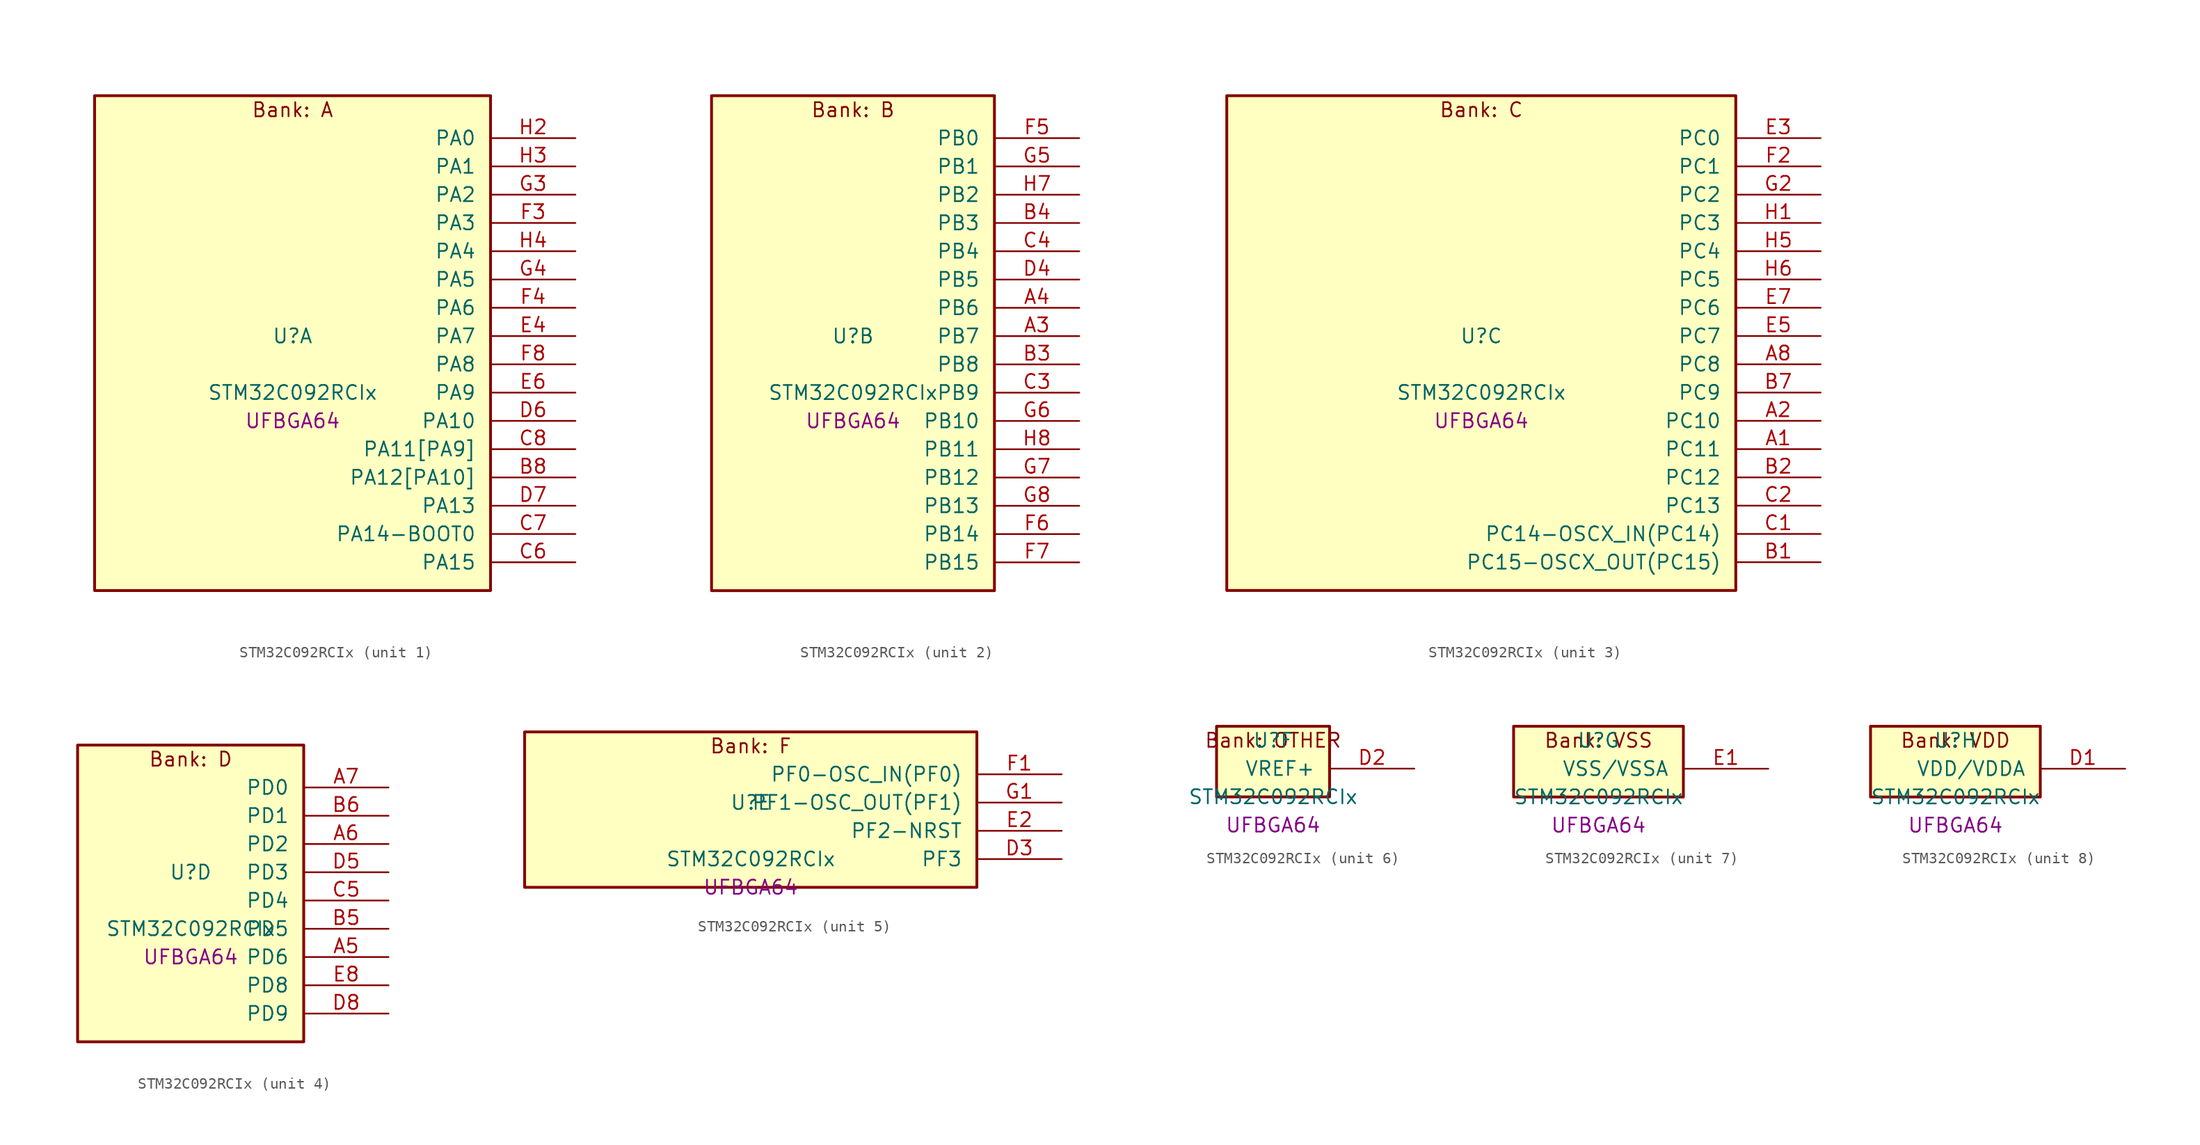
<source format=kicad_sym>
(kicad_symbol_lib
  (version 20241209)
  (generator "stm32_pkl_generator")
  (generator_version "1.0")
  (symbol "STM32C092RCIx"
    (pin_names
      (offset 1.27))
    (property "Reference" "U"
      (at 0 2.54 0))
    (property "Value" "STM32C092RCIx"
      (at 0 -2.54 0))
    (property "Footprint" "UFBGA64"
      (at 0 -5.08 0))
    (symbol "STM32C092RCIx_1_1"
      (rectangle (start -17.78 24.13) (end 17.78 -20.32) (stroke (width 0.254) (type solid)) (fill (type background)))
      (text "Bank: A" (at 0 22.86 0))
      (pin bidirectional line (at 25.4 20.32 180) (length 7.62) (name "PA0") (number "H2") (alternate "PA0/ADC1_IN0" bidirectional line) (alternate "PA0/PWR_WKUP1" bidirectional line) (alternate "PA0/SPI2_SCK" bidirectional line) (alternate "PA0/TIM16_CH1" bidirectional line) (alternate "PA0/TIM1_CH1" bidirectional line) (alternate "PA0/TIM2_CH1" bidirectional line) (alternate "PA0/TIM2_ETR" bidirectional line) (alternate "PA0/USART1_TX" bidirectional line) (alternate "PA0/USART2_CTS" bidirectional line) (alternate "PA0/USART2_NSS" bidirectional line) (alternate "PA0/USART4_TX" bidirectional line))
      (pin bidirectional line (at 25.4 17.78 180) (length 7.62) (name "PA1") (number "H3") (alternate "PA1/ADC1_IN1" bidirectional line) (alternate "PA1/I2C1_SMBA" bidirectional line) (alternate "PA1/I2S1_CK" bidirectional line) (alternate "PA1/SPI1_SCK" bidirectional line) (alternate "PA1/TIM15_CH1N" bidirectional line) (alternate "PA1/TIM17_CH1" bidirectional line) (alternate "PA1/TIM1_CH2" bidirectional line) (alternate "PA1/TIM2_CH2" bidirectional line) (alternate "PA1/USART1_RX" bidirectional line) (alternate "PA1/USART2_CK" bidirectional line) (alternate "PA1/USART2_DE" bidirectional line) (alternate "PA1/USART2_RTS" bidirectional line) (alternate "PA1/USART4_RX" bidirectional line))
      (pin bidirectional line (at 25.4 15.24 180) (length 7.62) (name "PA2") (number "G3") (alternate "PA2/ADC1_IN2" bidirectional line) (alternate "PA2/I2S1_SD" bidirectional line) (alternate "PA2/PWR_WKUP4" bidirectional line) (alternate "PA2/RCC_LSCO" bidirectional line) (alternate "PA2/SPI1_MOSI" bidirectional line) (alternate "PA2/TIM15_CH1" bidirectional line) (alternate "PA2/TIM16_CH1N" bidirectional line) (alternate "PA2/TIM1_CH3" bidirectional line) (alternate "PA2/TIM2_CH3" bidirectional line) (alternate "PA2/TIM3_ETR" bidirectional line) (alternate "PA2/USART2_TX" bidirectional line))
      (pin bidirectional line (at 25.4 12.7 180) (length 7.62) (name "PA3") (number "F3") (alternate "PA3/ADC1_IN3" bidirectional line) (alternate "PA3/SPI2_MISO" bidirectional line) (alternate "PA3/TIM15_CH2" bidirectional line) (alternate "PA3/TIM1_CH1N" bidirectional line) (alternate "PA3/TIM1_CH4" bidirectional line) (alternate "PA3/TIM2_CH4" bidirectional line) (alternate "PA3/USART2_RX" bidirectional line))
      (pin bidirectional line (at 25.4 10.16 180) (length 7.62) (name "PA4") (number "H4") (alternate "PA4/ADC1_IN4" bidirectional line) (alternate "PA4/I2S1_WS" bidirectional line) (alternate "PA4/RTC_OUT2" bidirectional line) (alternate "PA4/SPI1_NSS" bidirectional line) (alternate "PA4/SPI2_MOSI" bidirectional line) (alternate "PA4/TIM14_CH1" bidirectional line) (alternate "PA4/TIM17_CH1N" bidirectional line) (alternate "PA4/TIM1_CH2N" bidirectional line) (alternate "PA4/USART2_TX" bidirectional line))
      (pin bidirectional line (at 25.4 7.62 180) (length 7.62) (name "PA5") (number "G4") (alternate "PA5/ADC1_IN5" bidirectional line) (alternate "PA5/I2S1_CK" bidirectional line) (alternate "PA5/SPI1_SCK" bidirectional line) (alternate "PA5/TIM1_CH1" bidirectional line) (alternate "PA5/TIM1_CH3N" bidirectional line) (alternate "PA5/TIM2_CH1" bidirectional line) (alternate "PA5/TIM2_ETR" bidirectional line) (alternate "PA5/USART2_RX" bidirectional line) (alternate "PA5/USART3_TX" bidirectional line))
      (pin bidirectional line (at 25.4 5.08 180) (length 7.62) (name "PA6") (number "F4") (alternate "PA6/ADC1_IN6" bidirectional line) (alternate "PA6/I2C2_SDA" bidirectional line) (alternate "PA6/I2S1_MCK" bidirectional line) (alternate "PA6/SPI1_MISO" bidirectional line) (alternate "PA6/TIM16_CH1" bidirectional line) (alternate "PA6/TIM1_BKIN" bidirectional line) (alternate "PA6/TIM3_CH1" bidirectional line) (alternate "PA6/USART3_CTS" bidirectional line) (alternate "PA6/USART3_NSS" bidirectional line))
      (pin bidirectional line (at 25.4 2.54 180) (length 7.62) (name "PA7") (number "E4") (alternate "PA7/ADC1_IN7" bidirectional line) (alternate "PA7/I2C2_SCL" bidirectional line) (alternate "PA7/I2S1_SD" bidirectional line) (alternate "PA7/SPI1_MOSI" bidirectional line) (alternate "PA7/TIM14_CH1" bidirectional line) (alternate "PA7/TIM17_CH1" bidirectional line) (alternate "PA7/TIM1_CH1N" bidirectional line) (alternate "PA7/TIM3_CH2" bidirectional line))
      (pin bidirectional line (at 25.4 0 180) (length 7.62) (name "PA8") (number "F8") (alternate "PA8/ADC1_IN8" bidirectional line) (alternate "PA8/I2S1_WS" bidirectional line) (alternate "PA8/RCC_MCO" bidirectional line) (alternate "PA8/RCC_MCO_2" bidirectional line) (alternate "PA8/SPI1_NSS" bidirectional line) (alternate "PA8/SPI2_MISO" bidirectional line) (alternate "PA8/SPI2_NSS" bidirectional line) (alternate "PA8/TIM14_CH1" bidirectional line) (alternate "PA8/TIM1_CH1" bidirectional line) (alternate "PA8/TIM1_CH2N" bidirectional line) (alternate "PA8/TIM1_CH3N" bidirectional line) (alternate "PA8/TIM3_CH3" bidirectional line) (alternate "PA8/TIM3_CH4" bidirectional line) (alternate "PA8/USART1_RX" bidirectional line) (alternate "PA8/USART2_TX" bidirectional line))
      (pin bidirectional line (at 25.4 -2.54 180) (length 7.62) (name "PA9") (number "E6") (alternate "PA9/I2C1_SCL" bidirectional line) (alternate "PA9/I2C2_SCL" bidirectional line) (alternate "PA9/RCC_MCO" bidirectional line) (alternate "PA9/SPI2_MISO" bidirectional line) (alternate "PA9/TIM15_BKIN" bidirectional line) (alternate "PA9/TIM1_CH2" bidirectional line) (alternate "PA9/TIM3_ETR" bidirectional line) (alternate "PA9/USART1_TX" bidirectional line) (alternate "PA9/NC" bidirectional line))
      (pin bidirectional line (at 25.4 -5.08 180) (length 7.62) (name "PA10") (number "D6") (alternate "PA10/I2C1_SDA" bidirectional line) (alternate "PA10/I2C2_SDA" bidirectional line) (alternate "PA10/RCC_MCO_2" bidirectional line) (alternate "PA10/SPI2_MOSI" bidirectional line) (alternate "PA10/TIM17_BKIN" bidirectional line) (alternate "PA10/TIM1_CH3" bidirectional line) (alternate "PA10/USART1_RX" bidirectional line) (alternate "PA10/NC" bidirectional line))
      (pin bidirectional line (at 25.4 -7.62 180) (length 7.62) (name "PA11[PA9]") (number "C8") (alternate "PA11[PA9]/ADC1_EXTI11" bidirectional line) (alternate "PA11[PA9]/FDCAN1_RX" bidirectional line) (alternate "PA11[PA9]/I2C2_SCL" bidirectional line) (alternate "PA11[PA9]/I2S1_MCK" bidirectional line) (alternate "PA11[PA9]/SPI1_MISO" bidirectional line) (alternate "PA11[PA9]/TIM1_BKIN2" bidirectional line) (alternate "PA11[PA9]/TIM1_CH4" bidirectional line) (alternate "PA11[PA9]/USART1_CTS" bidirectional line) (alternate "PA11[PA9]/USART1_NSS" bidirectional line) (alternate "PA11[PA9]/PA9[PA11]" bidirectional line) (alternate "PA11[PA9]/I2C1_SCL" bidirectional line) (alternate "PA11[PA9]/RCC_MCO" bidirectional line) (alternate "PA11[PA9]/SPI2_MISO" bidirectional line) (alternate "PA11[PA9]/TIM15_BKIN" bidirectional line) (alternate "PA11[PA9]/TIM1_CH2" bidirectional line) (alternate "PA11[PA9]/TIM3_ETR" bidirectional line) (alternate "PA11[PA9]/USART1_TX" bidirectional line))
      (pin bidirectional line (at 25.4 -10.16 180) (length 7.62) (name "PA12[PA10]") (number "B8") (alternate "PA12[PA10]/FDCAN1_TX" bidirectional line) (alternate "PA12[PA10]/I2C2_SDA" bidirectional line) (alternate "PA12[PA10]/I2S1_SD" bidirectional line) (alternate "PA12[PA10]/I2S_CKIN" bidirectional line) (alternate "PA12[PA10]/SPI1_MOSI" bidirectional line) (alternate "PA12[PA10]/TIM1_ETR" bidirectional line) (alternate "PA12[PA10]/USART1_CK" bidirectional line) (alternate "PA12[PA10]/USART1_DE" bidirectional line) (alternate "PA12[PA10]/USART1_RTS" bidirectional line) (alternate "PA12[PA10]/PA10[PA12]" bidirectional line) (alternate "PA12[PA10]/I2C1_SDA" bidirectional line) (alternate "PA12[PA10]/RCC_MCO_2" bidirectional line) (alternate "PA12[PA10]/SPI2_MOSI" bidirectional line) (alternate "PA12[PA10]/TIM17_BKIN" bidirectional line) (alternate "PA12[PA10]/TIM1_CH3" bidirectional line) (alternate "PA12[PA10]/USART1_RX" bidirectional line))
      (pin bidirectional line (at 25.4 -12.7 180) (length 7.62) (name "PA13") (number "D7") (alternate "PA13/ADC1_IN13" bidirectional line) (alternate "PA13/DEBUG_SWDIO" bidirectional line) (alternate "PA13/IR_OUT" bidirectional line) (alternate "PA13/TIM3_ETR" bidirectional line) (alternate "PA13/USART2_RX" bidirectional line))
      (pin bidirectional line (at 25.4 -15.24 180) (length 7.62) (name "PA14-BOOT0") (number "C7") (alternate "PA14-BOOT0/ADC1_IN14" bidirectional line) (alternate "PA14-BOOT0/BOOT0" bidirectional line) (alternate "PA14-BOOT0/DEBUG_SWCLK" bidirectional line) (alternate "PA14-BOOT0/I2S1_WS" bidirectional line) (alternate "PA14-BOOT0/RCC_MCO_2" bidirectional line) (alternate "PA14-BOOT0/SPI1_NSS" bidirectional line) (alternate "PA14-BOOT0/TIM1_CH1" bidirectional line) (alternate "PA14-BOOT0/USART1_CK" bidirectional line) (alternate "PA14-BOOT0/USART1_DE" bidirectional line) (alternate "PA14-BOOT0/USART1_RTS" bidirectional line) (alternate "PA14-BOOT0/USART2_RX" bidirectional line) (alternate "PA14-BOOT0/USART2_TX" bidirectional line))
      (pin bidirectional line (at 25.4 -17.78 180) (length 7.62) (name "PA15") (number "C6") (alternate "PA15/I2S1_WS" bidirectional line) (alternate "PA15/RCC_MCO_2" bidirectional line) (alternate "PA15/SPI1_NSS" bidirectional line) (alternate "PA15/TIM1_CH1" bidirectional line) (alternate "PA15/TIM2_CH1" bidirectional line) (alternate "PA15/TIM2_ETR" bidirectional line) (alternate "PA15/USART1_CK" bidirectional line) (alternate "PA15/USART1_DE" bidirectional line) (alternate "PA15/USART1_RTS" bidirectional line) (alternate "PA15/USART2_RX" bidirectional line) (alternate "PA15/USART3_CK" bidirectional line) (alternate "PA15/USART3_DE" bidirectional line) (alternate "PA15/USART3_RTS" bidirectional line) (alternate "PA15/USART4_CK" bidirectional line) (alternate "PA15/USART4_DE" bidirectional line) (alternate "PA15/USART4_RTS" bidirectional line)))
    (symbol "STM32C092RCIx_2_1"
      (rectangle (start -12.7 24.13) (end 12.7 -20.32) (stroke (width 0.254) (type solid)) (fill (type background)))
      (text "Bank: B" (at 0 22.86 0))
      (pin bidirectional line (at 20.32 20.32 180) (length 7.62) (name "PB0") (number "F5") (alternate "PB0/ADC1_IN17" bidirectional line) (alternate "PB0/FDCAN1_RX" bidirectional line) (alternate "PB0/I2S1_WS" bidirectional line) (alternate "PB0/SPI1_NSS" bidirectional line) (alternate "PB0/TIM1_CH2N" bidirectional line) (alternate "PB0/TIM3_CH3" bidirectional line) (alternate "PB0/USART3_RX" bidirectional line))
      (pin bidirectional line (at 20.32 17.78 180) (length 7.62) (name "PB1") (number "G5") (alternate "PB1/ADC1_IN18" bidirectional line) (alternate "PB1/FDCAN1_TX" bidirectional line) (alternate "PB1/TIM14_CH1" bidirectional line) (alternate "PB1/TIM1_CH2N" bidirectional line) (alternate "PB1/TIM1_CH3N" bidirectional line) (alternate "PB1/TIM3_CH4" bidirectional line) (alternate "PB1/USART3_CK" bidirectional line) (alternate "PB1/USART3_DE" bidirectional line) (alternate "PB1/USART3_RTS" bidirectional line))
      (pin bidirectional line (at 20.32 15.24 180) (length 7.62) (name "PB2") (number "H7") (alternate "PB2/ADC1_IN19" bidirectional line) (alternate "PB2/RCC_MCO_2" bidirectional line) (alternate "PB2/SPI2_MISO" bidirectional line) (alternate "PB2/USART1_RX" bidirectional line) (alternate "PB2/USART3_TX" bidirectional line))
      (pin bidirectional line (at 20.32 12.7 180) (length 7.62) (name "PB3") (number "B4") (alternate "PB3/I2C2_SCL" bidirectional line) (alternate "PB3/I2S1_CK" bidirectional line) (alternate "PB3/SPI1_SCK" bidirectional line) (alternate "PB3/TIM1_CH2" bidirectional line) (alternate "PB3/TIM2_CH2" bidirectional line) (alternate "PB3/TIM3_CH2" bidirectional line) (alternate "PB3/USART1_CK" bidirectional line) (alternate "PB3/USART1_DE" bidirectional line) (alternate "PB3/USART1_RTS" bidirectional line))
      (pin bidirectional line (at 20.32 10.16 180) (length 7.62) (name "PB4") (number "C4") (alternate "PB4/I2C2_SDA" bidirectional line) (alternate "PB4/I2S1_MCK" bidirectional line) (alternate "PB4/SPI1_MISO" bidirectional line) (alternate "PB4/TIM17_BKIN" bidirectional line) (alternate "PB4/TIM3_CH1" bidirectional line) (alternate "PB4/USART1_CTS" bidirectional line) (alternate "PB4/USART1_NSS" bidirectional line))
      (pin bidirectional line (at 20.32 7.62 180) (length 7.62) (name "PB5") (number "D4") (alternate "PB5/FDCAN1_RX" bidirectional line) (alternate "PB5/I2C1_SMBA" bidirectional line) (alternate "PB5/I2S1_SD" bidirectional line) (alternate "PB5/PWR_WKUP6" bidirectional line) (alternate "PB5/SPI1_MOSI" bidirectional line) (alternate "PB5/TIM16_BKIN" bidirectional line) (alternate "PB5/TIM3_CH2" bidirectional line) (alternate "PB5/TIM3_CH3" bidirectional line))
      (pin bidirectional line (at 20.32 5.08 180) (length 7.62) (name "PB6") (number "A4") (alternate "PB6/FDCAN1_TX" bidirectional line) (alternate "PB6/I2C1_SCL" bidirectional line) (alternate "PB6/I2C1_SMBA" bidirectional line) (alternate "PB6/I2S1_CK" bidirectional line) (alternate "PB6/I2S1_MCK" bidirectional line) (alternate "PB6/I2S1_SD" bidirectional line) (alternate "PB6/PWR_WKUP3" bidirectional line) (alternate "PB6/SPI1_MISO" bidirectional line) (alternate "PB6/SPI1_MOSI" bidirectional line) (alternate "PB6/SPI1_SCK" bidirectional line) (alternate "PB6/SPI2_MISO" bidirectional line) (alternate "PB6/TIM16_BKIN" bidirectional line) (alternate "PB6/TIM16_CH1N" bidirectional line) (alternate "PB6/TIM1_CH2" bidirectional line) (alternate "PB6/TIM1_CH3" bidirectional line) (alternate "PB6/TIM3_CH1" bidirectional line) (alternate "PB6/TIM3_CH2" bidirectional line) (alternate "PB6/TIM3_CH3" bidirectional line) (alternate "PB6/USART1_CTS" bidirectional line) (alternate "PB6/USART1_NSS" bidirectional line) (alternate "PB6/USART1_TX" bidirectional line))
      (pin bidirectional line (at 20.32 2.54 180) (length 7.62) (name "PB7") (number "A3") (alternate "PB7/I2C1_SCL" bidirectional line) (alternate "PB7/I2C1_SDA" bidirectional line) (alternate "PB7/SPI2_MOSI" bidirectional line) (alternate "PB7/TIM16_CH1" bidirectional line) (alternate "PB7/TIM17_CH1N" bidirectional line) (alternate "PB7/TIM1_CH4" bidirectional line) (alternate "PB7/TIM3_CH1" bidirectional line) (alternate "PB7/TIM3_CH4" bidirectional line) (alternate "PB7/USART1_RX" bidirectional line) (alternate "PB7/USART2_CTS" bidirectional line) (alternate "PB7/USART2_NSS" bidirectional line) (alternate "PB7/USART4_CTS" bidirectional line) (alternate "PB7/USART4_NSS" bidirectional line))
      (pin bidirectional line (at 20.32 0 180) (length 7.62) (name "PB8") (number "B3") (alternate "PB8/FDCAN1_RX" bidirectional line) (alternate "PB8/I2C1_SCL" bidirectional line) (alternate "PB8/SPI2_SCK" bidirectional line) (alternate "PB8/TIM15_BKIN" bidirectional line) (alternate "PB8/TIM16_CH1" bidirectional line) (alternate "PB8/TIM3_CH1" bidirectional line) (alternate "PB8/USART2_CTS" bidirectional line) (alternate "PB8/USART2_NSS" bidirectional line) (alternate "PB8/USART3_TX" bidirectional line))
      (pin bidirectional line (at 20.32 -2.54 180) (length 7.62) (name "PB9") (number "C3") (alternate "PB9/FDCAN1_TX" bidirectional line) (alternate "PB9/I2C1_SDA" bidirectional line) (alternate "PB9/IR_OUT" bidirectional line) (alternate "PB9/SPI2_NSS" bidirectional line) (alternate "PB9/TIM17_CH1" bidirectional line) (alternate "PB9/TIM3_CH2" bidirectional line) (alternate "PB9/USART2_CK" bidirectional line) (alternate "PB9/USART2_DE" bidirectional line) (alternate "PB9/USART2_RTS" bidirectional line) (alternate "PB9/USART3_RX" bidirectional line))
      (pin bidirectional line (at 20.32 -5.08 180) (length 7.62) (name "PB10") (number "G6") (alternate "PB10/ADC1_IN20" bidirectional line) (alternate "PB10/I2C2_SCL" bidirectional line) (alternate "PB10/SPI2_SCK" bidirectional line) (alternate "PB10/TIM2_CH3" bidirectional line) (alternate "PB10/USART3_TX" bidirectional line))
      (pin bidirectional line (at 20.32 -7.62 180) (length 7.62) (name "PB11") (number "H8") (alternate "PB11/ADC1_EXTI11" bidirectional line) (alternate "PB11/ADC1_IN21" bidirectional line) (alternate "PB11/I2C2_SDA" bidirectional line) (alternate "PB11/SPI2_MOSI" bidirectional line) (alternate "PB11/TIM2_CH4" bidirectional line) (alternate "PB11/USART3_RX" bidirectional line))
      (pin bidirectional line (at 20.32 -10.16 180) (length 7.62) (name "PB12") (number "G7") (alternate "PB12/ADC1_IN22" bidirectional line) (alternate "PB12/FDCAN1_RX" bidirectional line) (alternate "PB12/SPI2_NSS" bidirectional line) (alternate "PB12/TIM15_BKIN" bidirectional line) (alternate "PB12/TIM1_BKIN" bidirectional line) (alternate "PB12/TIM1_BKIN2" bidirectional line))
      (pin bidirectional line (at 20.32 -12.7 180) (length 7.62) (name "PB13") (number "G8") (alternate "PB13/FDCAN1_TX" bidirectional line) (alternate "PB13/I2C2_SCL" bidirectional line) (alternate "PB13/SPI2_SCK" bidirectional line) (alternate "PB13/TIM15_CH1N" bidirectional line) (alternate "PB13/TIM1_CH1N" bidirectional line) (alternate "PB13/USART3_CTS" bidirectional line) (alternate "PB13/USART3_NSS" bidirectional line))
      (pin bidirectional line (at 20.32 -15.24 180) (length 7.62) (name "PB14") (number "F6") (alternate "PB14/I2C2_SDA" bidirectional line) (alternate "PB14/SPI2_MISO" bidirectional line) (alternate "PB14/TIM15_CH1" bidirectional line) (alternate "PB14/TIM1_CH2N" bidirectional line) (alternate "PB14/USART3_CK" bidirectional line) (alternate "PB14/USART3_DE" bidirectional line) (alternate "PB14/USART3_RTS" bidirectional line))
      (pin bidirectional line (at 20.32 -17.78 180) (length 7.62) (name "PB15") (number "F7") (alternate "PB15/RTC_REFIN" bidirectional line) (alternate "PB15/SPI2_MOSI" bidirectional line) (alternate "PB15/TIM15_CH1N" bidirectional line) (alternate "PB15/TIM15_CH2" bidirectional line) (alternate "PB15/TIM1_CH3N" bidirectional line)))
    (symbol "STM32C092RCIx_3_1"
      (rectangle (start -22.86 24.13) (end 22.86 -20.32) (stroke (width 0.254) (type solid)) (fill (type background)))
      (text "Bank: C" (at 0 22.86 0))
      (pin bidirectional line (at 30.48 20.32 180) (length 7.62) (name "PC0") (number "E3") (alternate "PC0/USART3_TX" bidirectional line) (alternate "PC0/USART4_RX" bidirectional line))
      (pin bidirectional line (at 30.48 17.78 180) (length 7.62) (name "PC1") (number "F2") (alternate "PC1/TIM15_CH1" bidirectional line) (alternate "PC1/USART3_RX" bidirectional line) (alternate "PC1/USART4_TX" bidirectional line))
      (pin bidirectional line (at 30.48 15.24 180) (length 7.62) (name "PC2") (number "G2") (alternate "PC2/FDCAN1_RX" bidirectional line) (alternate "PC2/SPI2_MISO" bidirectional line) (alternate "PC2/TIM15_CH2" bidirectional line))
      (pin bidirectional line (at 30.48 12.7 180) (length 7.62) (name "PC3") (number "H1") (alternate "PC3/FDCAN1_TX" bidirectional line) (alternate "PC3/SPI2_MOSI" bidirectional line))
      (pin bidirectional line (at 30.48 10.16 180) (length 7.62) (name "PC4") (number "H5") (alternate "PC4/ADC1_IN11" bidirectional line) (alternate "PC4/FDCAN1_RX" bidirectional line) (alternate "PC4/TIM2_CH1" bidirectional line) (alternate "PC4/TIM2_ETR" bidirectional line) (alternate "PC4/USART1_TX" bidirectional line) (alternate "PC4/USART3_TX" bidirectional line))
      (pin bidirectional line (at 30.48 7.62 180) (length 7.62) (name "PC5") (number "H6") (alternate "PC5/ADC1_IN12" bidirectional line) (alternate "PC5/FDCAN1_TX" bidirectional line) (alternate "PC5/PWR_WKUP5" bidirectional line) (alternate "PC5/TIM2_CH2" bidirectional line) (alternate "PC5/USART1_RX" bidirectional line) (alternate "PC5/USART3_RX" bidirectional line))
      (pin bidirectional line (at 30.48 5.08 180) (length 7.62) (name "PC6") (number "E7") (alternate "PC6/TIM2_CH3" bidirectional line) (alternate "PC6/TIM3_CH1" bidirectional line))
      (pin bidirectional line (at 30.48 2.54 180) (length 7.62) (name "PC7") (number "E5") (alternate "PC7/TIM2_CH4" bidirectional line) (alternate "PC7/TIM3_CH2" bidirectional line))
      (pin bidirectional line (at 30.48 0 180) (length 7.62) (name "PC8") (number "A8") (alternate "PC8/TIM1_CH1" bidirectional line) (alternate "PC8/TIM3_CH3" bidirectional line))
      (pin bidirectional line (at 30.48 -2.54 180) (length 7.62) (name "PC9") (number "B7") (alternate "PC9/I2S_CKIN" bidirectional line) (alternate "PC9/TIM1_CH2" bidirectional line) (alternate "PC9/TIM3_CH4" bidirectional line))
      (pin bidirectional line (at 30.48 -5.08 180) (length 7.62) (name "PC10") (number "A2") (alternate "PC10/TIM1_CH3" bidirectional line) (alternate "PC10/USART3_TX" bidirectional line) (alternate "PC10/USART4_TX" bidirectional line))
      (pin bidirectional line (at 30.48 -7.62 180) (length 7.62) (name "PC11") (number "A1") (alternate "PC11/ADC1_EXTI11" bidirectional line) (alternate "PC11/TIM1_CH4" bidirectional line) (alternate "PC11/USART3_RX" bidirectional line) (alternate "PC11/USART4_RX" bidirectional line))
      (pin bidirectional line (at 30.48 -10.16 180) (length 7.62) (name "PC12") (number "B2") (alternate "PC12/TIM14_CH1" bidirectional line))
      (pin bidirectional line (at 30.48 -12.7 180) (length 7.62) (name "PC13") (number "C2") (alternate "PC13/PWR_WKUP2" bidirectional line) (alternate "PC13/RTC_OUT1" bidirectional line) (alternate "PC13/RTC_TS" bidirectional line) (alternate "PC13/TIM1_BKIN" bidirectional line) (alternate "PC13/TIM1_ETR" bidirectional line))
      (pin bidirectional line (at 30.48 -15.24 180) (length 7.62) (name "PC14-OSCX_IN(PC14)") (number "C1") (alternate "PC14-OSCX_IN(PC14)/FDCAN1_TX" bidirectional line) (alternate "PC14-OSCX_IN(PC14)/I2C1_SDA" bidirectional line) (alternate "PC14-OSCX_IN(PC14)/IR_OUT" bidirectional line) (alternate "PC14-OSCX_IN(PC14)/RCC_OSCX_IN" bidirectional line) (alternate "PC14-OSCX_IN(PC14)/SPI2_NSS" bidirectional line) (alternate "PC14-OSCX_IN(PC14)/TIM17_CH1" bidirectional line) (alternate "PC14-OSCX_IN(PC14)/TIM1_BKIN2" bidirectional line) (alternate "PC14-OSCX_IN(PC14)/TIM1_ETR" bidirectional line) (alternate "PC14-OSCX_IN(PC14)/TIM3_CH2" bidirectional line) (alternate "PC14-OSCX_IN(PC14)/USART1_TX" bidirectional line) (alternate "PC14-OSCX_IN(PC14)/USART2_CK" bidirectional line) (alternate "PC14-OSCX_IN(PC14)/USART2_DE" bidirectional line) (alternate "PC14-OSCX_IN(PC14)/USART2_RTS" bidirectional line) (alternate "PC14-OSCX_IN(PC14)/USART3_TX" bidirectional line))
      (pin bidirectional line (at 30.48 -17.78 180) (length 7.62) (name "PC15-OSCX_OUT(PC15)") (number "B1") (alternate "PC15-OSCX_OUT(PC15)/RCC_OSC32_EN" bidirectional line) (alternate "PC15-OSCX_OUT(PC15)/RCC_OSCX_OUT" bidirectional line) (alternate "PC15-OSCX_OUT(PC15)/RCC_OSC_EN" bidirectional line) (alternate "PC15-OSCX_OUT(PC15)/TIM15_BKIN" bidirectional line) (alternate "PC15-OSCX_OUT(PC15)/TIM1_ETR" bidirectional line) (alternate "PC15-OSCX_OUT(PC15)/TIM3_CH3" bidirectional line)))
    (symbol "STM32C092RCIx_4_1"
      (rectangle (start -10.16 13.97) (end 10.16 -12.7) (stroke (width 0.254) (type solid)) (fill (type background)))
      (text "Bank: D" (at 0 12.7 0))
      (pin bidirectional line (at 17.78 10.16 180) (length 7.62) (name "PD0") (number "A7") (alternate "PD0/FDCAN1_RX" bidirectional line) (alternate "PD0/SPI2_NSS" bidirectional line) (alternate "PD0/TIM16_CH1" bidirectional line))
      (pin bidirectional line (at 17.78 7.62 180) (length 7.62) (name "PD1") (number "B6") (alternate "PD1/FDCAN1_TX" bidirectional line) (alternate "PD1/SPI2_SCK" bidirectional line) (alternate "PD1/TIM17_CH1" bidirectional line))
      (pin bidirectional line (at 17.78 5.08 180) (length 7.62) (name "PD2") (number "A6") (alternate "PD2/TIM1_CH1N" bidirectional line) (alternate "PD2/TIM3_ETR" bidirectional line) (alternate "PD2/USART3_CK" bidirectional line) (alternate "PD2/USART3_DE" bidirectional line) (alternate "PD2/USART3_RTS" bidirectional line))
      (pin bidirectional line (at 17.78 2.54 180) (length 7.62) (name "PD3") (number "D5") (alternate "PD3/SPI2_MISO" bidirectional line) (alternate "PD3/TIM1_CH2N" bidirectional line) (alternate "PD3/USART2_CTS" bidirectional line) (alternate "PD3/USART2_NSS" bidirectional line))
      (pin bidirectional line (at 17.78 0 180) (length 7.62) (name "PD4") (number "C5") (alternate "PD4/SPI2_MOSI" bidirectional line) (alternate "PD4/TIM1_CH3N" bidirectional line) (alternate "PD4/USART2_CK" bidirectional line) (alternate "PD4/USART2_DE" bidirectional line) (alternate "PD4/USART2_RTS" bidirectional line))
      (pin bidirectional line (at 17.78 -2.54 180) (length 7.62) (name "PD5") (number "B5") (alternate "PD5/I2S1_MCK" bidirectional line) (alternate "PD5/SPI1_MISO" bidirectional line) (alternate "PD5/TIM1_BKIN" bidirectional line) (alternate "PD5/USART2_TX" bidirectional line))
      (pin bidirectional line (at 17.78 -5.08 180) (length 7.62) (name "PD6") (number "A5") (alternate "PD6/I2S1_SD" bidirectional line) (alternate "PD6/SPI1_MOSI" bidirectional line) (alternate "PD6/USART2_RX" bidirectional line))
      (pin bidirectional line (at 17.78 -7.62 180) (length 7.62) (name "PD8") (number "E8") (alternate "PD8/I2S1_CK" bidirectional line) (alternate "PD8/SPI1_SCK" bidirectional line) (alternate "PD8/USART3_TX" bidirectional line))
      (pin bidirectional line (at 17.78 -10.16 180) (length 7.62) (name "PD9") (number "D8") (alternate "PD9/I2S1_WS" bidirectional line) (alternate "PD9/SPI1_NSS" bidirectional line) (alternate "PD9/TIM1_BKIN2" bidirectional line) (alternate "PD9/USART3_RX" bidirectional line)))
    (symbol "STM32C092RCIx_5_1"
      (rectangle (start -20.32 8.89) (end 20.32 -5.08) (stroke (width 0.254) (type solid)) (fill (type background)))
      (text "Bank: F" (at 0 7.62 0))
      (pin bidirectional line (at 27.94 5.08 180) (length 7.62) (name "PF0-OSC_IN(PF0)") (number "F1") (alternate "PF0-OSC_IN(PF0)/RCC_OSC_IN" bidirectional line) (alternate "PF0-OSC_IN(PF0)/TIM14_CH1" bidirectional line))
      (pin bidirectional line (at 27.94 2.54 180) (length 7.62) (name "PF1-OSC_OUT(PF1)") (number "G1") (alternate "PF1-OSC_OUT(PF1)/RCC_OSC_EN" bidirectional line) (alternate "PF1-OSC_OUT(PF1)/RCC_OSC_OUT" bidirectional line) (alternate "PF1-OSC_OUT(PF1)/TIM15_CH1N" bidirectional line))
      (pin bidirectional line (at 27.94 0 180) (length 7.62) (name "PF2-NRST") (number "E2") (alternate "PF2-NRST/RCC_MCO" bidirectional line) (alternate "PF2-NRST/TIM1_CH4" bidirectional line))
      (pin bidirectional line (at 27.94 -2.54 180) (length 7.62) (name "PF3") (number "D3")))
    (symbol "STM32C092RCIx_6_1"
      (rectangle (start -5.08 3.81) (end 5.08 -2.54) (stroke (width 0.254) (type solid)) (fill (type background)))
      (text "Bank: OTHER" (at 0 2.54 0))
      (pin bidirectional line (at 12.7 0 180) (length 7.62) (name "VREF+") (number "D2")))
    (symbol "STM32C092RCIx_7_1"
      (rectangle (start -7.62 3.81) (end 7.62 -2.54) (stroke (width 0.254) (type solid)) (fill (type background)))
      (text "Bank: VSS" (at 0 2.54 0))
      (pin power_in line (at 15.24 0 180) (length 7.62) (name "VSS/VSSA") (number "E1")))
    (symbol "STM32C092RCIx_8_1"
      (rectangle (start -7.62 3.81) (end 7.62 -2.54) (stroke (width 0.254) (type solid)) (fill (type background)))
      (text "Bank: VDD" (at 0 2.54 0))
      (pin power_in line (at 15.24 0 180) (length 7.62) (name "VDD/VDDA") (number "D1")))))
</source>
